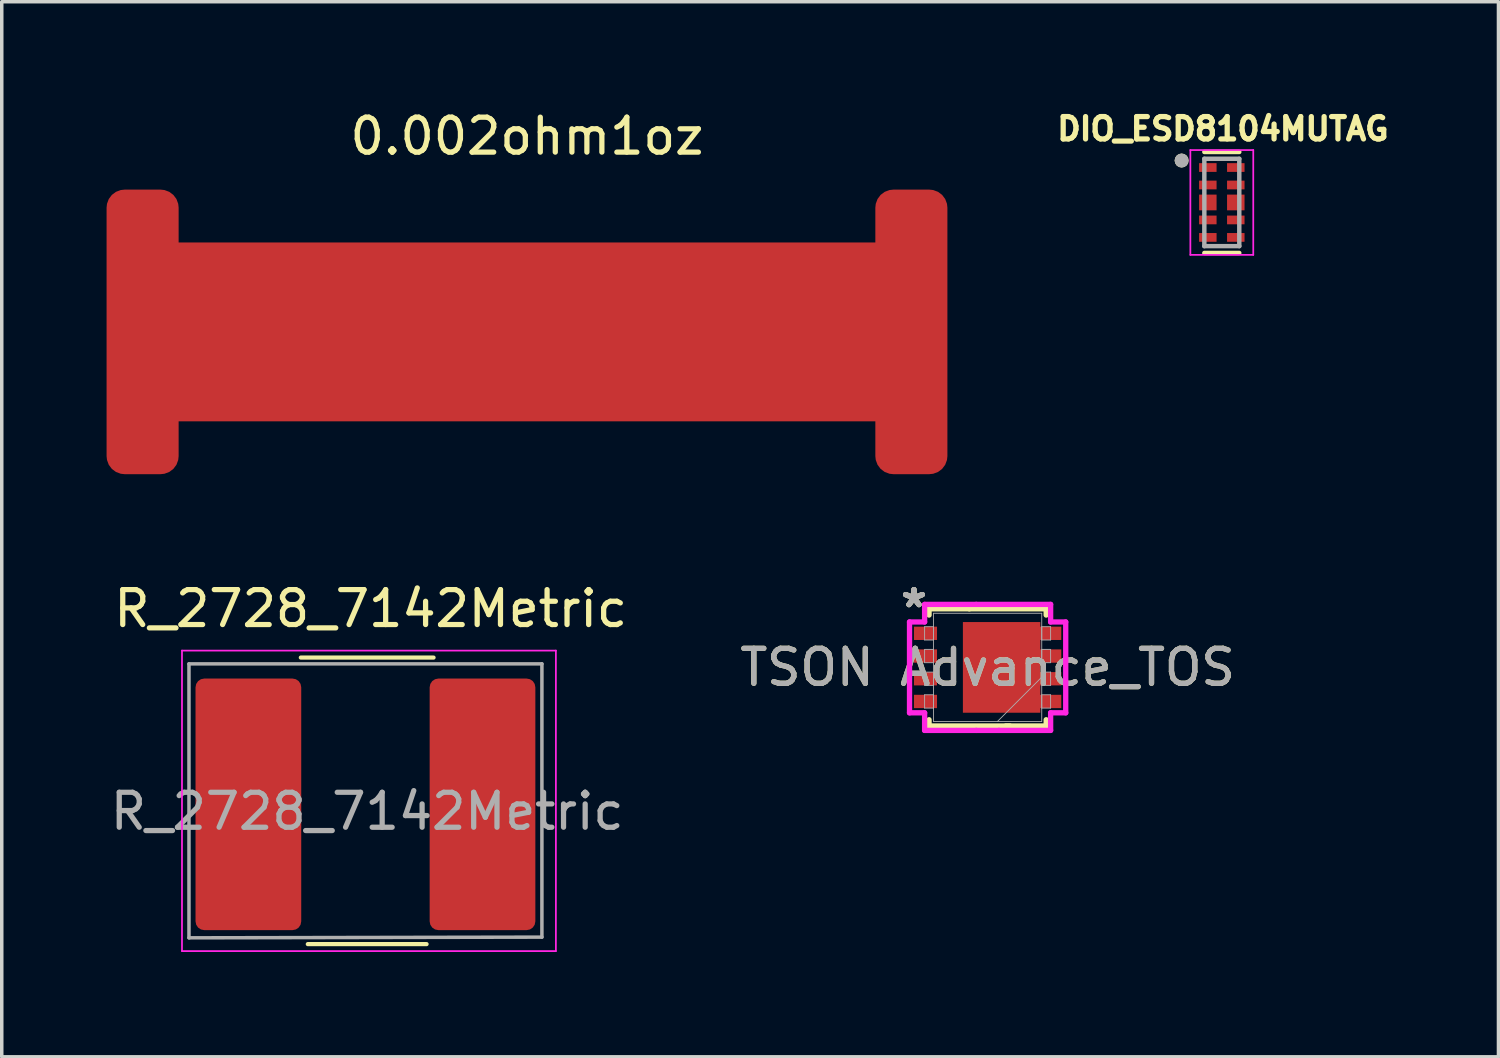
<source format=kicad_pcb>
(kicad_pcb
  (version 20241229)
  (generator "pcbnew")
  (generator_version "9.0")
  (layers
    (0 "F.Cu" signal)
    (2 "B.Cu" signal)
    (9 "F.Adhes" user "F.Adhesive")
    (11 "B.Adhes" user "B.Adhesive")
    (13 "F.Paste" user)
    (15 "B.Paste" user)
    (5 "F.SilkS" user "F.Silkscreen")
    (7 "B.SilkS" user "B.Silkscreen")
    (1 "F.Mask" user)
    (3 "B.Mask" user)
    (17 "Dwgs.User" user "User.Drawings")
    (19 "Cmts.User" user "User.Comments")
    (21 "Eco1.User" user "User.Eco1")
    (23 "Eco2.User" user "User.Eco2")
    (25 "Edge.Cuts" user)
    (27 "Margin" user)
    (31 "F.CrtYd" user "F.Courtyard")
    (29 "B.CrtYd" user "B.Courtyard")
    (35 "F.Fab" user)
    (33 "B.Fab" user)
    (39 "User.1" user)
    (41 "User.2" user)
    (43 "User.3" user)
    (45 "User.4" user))
  (footprint "0.002ohm1oz"
    (layer "F.Cu")
    (at 12.031 6.448)
    (property "Reference" "0.002ohm1oz" (at 0 -5.6 0) (unlocked yes) (layer "F.SilkS") (effects (font (size 1 1) (thickness 0.15))))
    (attr smd)
    (fp_rect (start -10 -2.5) (end 10 2.5) (stroke (width 0.12) (type solid)) (fill yes) (layer "F.Cu"))
    (pad "1" smd roundrect (at 11 0 90) (size 8.143 2.062) (layers "F.Cu" "F.Mask" "F.Paste") (roundrect_rratio 0.25))
    (pad "2" smd roundrect (at -11 0 90) (size 8.143 2.062) (layers "F.Cu" "F.Mask" "F.Paste") (roundrect_rratio 0.25)))
  (footprint "DIO_ESD8104MUTAG"
    (layer "F.Cu")
    (at 31.915 2.744)
    (property "Reference" "DIO_ESD8104MUTAG" (at 0.032 -2.106 0) (layer "F.SilkS") (effects (font (size 0.64 0.64) (thickness 0.15))))
    (attr smd)
    (fp_line (start -0.5 -1.445) (end 0.5 -1.445) (stroke (width 0.127) (type solid)) (layer "F.SilkS"))
    (fp_line (start -0.5 1.445) (end 0.5 1.445) (stroke (width 0.127) (type solid)) (layer "F.SilkS"))
    (fp_circle (center -1.15 -1.2) (end -1.05 -1.2) (stroke (width 0.2) (type solid)) (fill no) (layer "F.SilkS"))
    (fp_line (start -0.9 -1.5) (end 0.9 -1.5) (stroke (width 0.05) (type solid)) (layer "F.CrtYd"))
    (fp_line (start -0.9 1.5) (end -0.9 -1.5) (stroke (width 0.05) (type solid)) (layer "F.CrtYd"))
    (fp_line (start 0.9 -1.5) (end 0.9 1.5) (stroke (width 0.05) (type solid)) (layer "F.CrtYd"))
    (fp_line (start 0.9 1.5) (end -0.9 1.5) (stroke (width 0.05) (type solid)) (layer "F.CrtYd"))
    (fp_line (start -0.5 -1.25) (end 0.5 -1.25) (stroke (width 0.127) (type solid)) (layer "F.Fab"))
    (fp_line (start -0.5 1.25) (end -0.5 -1.25) (stroke (width 0.127) (type solid)) (layer "F.Fab"))
    (fp_line (start 0.5 -1.25) (end 0.5 1.25) (stroke (width 0.127) (type solid)) (layer "F.Fab"))
    (fp_line (start 0.5 1.25) (end -0.5 1.25) (stroke (width 0.127) (type solid)) (layer "F.Fab"))
    (fp_circle (center -1.15 -1.2) (end -1.05 -1.2) (stroke (width 0.2) (type solid)) (fill no) (layer "F.Fab"))
    (pad "1" smd rect (at -0.4 -1) (size 0.5 0.25) (layers "F.Cu" "F.Mask" "F.Paste"))
    (pad "2" smd rect (at -0.4 -0.5) (size 0.5 0.25) (layers "F.Cu" "F.Mask" "F.Paste"))
    (pad "3" smd rect (at -0.4 0) (size 0.5 0.45) (layers "F.Cu" "F.Mask" "F.Paste"))
    (pad "4" smd rect (at -0.4 0.5) (size 0.5 0.25) (layers "F.Cu" "F.Mask" "F.Paste"))
    (pad "5" smd rect (at -0.4 1) (size 0.5 0.25) (layers "F.Cu" "F.Mask" "F.Paste"))
    (pad "6" smd rect (at 0.4 1) (size 0.5 0.25) (layers "F.Cu" "F.Mask" "F.Paste"))
    (pad "7" smd rect (at 0.4 0.5) (size 0.5 0.25) (layers "F.Cu" "F.Mask" "F.Paste"))
    (pad "8" smd rect (at 0.4 0) (size 0.5 0.45) (layers "F.Cu" "F.Mask" "F.Paste"))
    (pad "9" smd rect (at 0.4 -0.5) (size 0.5 0.25) (layers "F.Cu" "F.Mask" "F.Paste"))
    (pad "10" smd rect (at 0.4 -1) (size 0.5 0.25) (layers "F.Cu" "F.Mask" "F.Paste")))
  (footprint "R_2728_7142Metric"
    (layer "F.Cu")
    (at 7.458 20.168)
    (property "Reference" "R_2728_7142Metric" (at 0.1 -5.8 0) (layer "F.SilkS") (effects (font (size 1 1) (thickness 0.15))))
    (attr smd)
    (fp_line (start -1.899 -4.4) (end 1.899 -4.4) (stroke (width 0.12) (type solid)) (layer "F.SilkS"))
    (fp_line (start -1.699 3.8) (end 1.699 3.8) (stroke (width 0.12) (type solid)) (layer "F.SilkS"))
    (fp_line (start -5.3 -4.6) (end 5.4 -4.6) (stroke (width 0.05) (type solid)) (layer "F.CrtYd"))
    (fp_line (start -5.3 4) (end -5.3 -4.6) (stroke (width 0.05) (type solid)) (layer "F.CrtYd"))
    (fp_line (start 5.4 -4.6) (end 5.4 4) (stroke (width 0.05) (type solid)) (layer "F.CrtYd"))
    (fp_line (start 5.4 4) (end -5.3 4) (stroke (width 0.05) (type solid)) (layer "F.CrtYd"))
    (fp_line (start -5.1 -4.22) (end 5 -4.22) (stroke (width 0.1) (type solid)) (layer "F.Fab"))
    (fp_line (start -5.1 3.62) (end -5.1 -4.22) (stroke (width 0.1) (type solid)) (layer "F.Fab"))
    (fp_line (start 5 -4.22) (end 5 3.6) (stroke (width 0.1) (type solid)) (layer "F.Fab"))
    (fp_line (start 5 3.6) (end -5.1 3.62) (stroke (width 0.1) (type solid)) (layer "F.Fab"))
    (fp_text user "${REFERENCE}" (at 0 0 0) (layer "F.Fab") (effects (font (size 1 1) (thickness 0.15))))
    (pad "1" smd roundrect (at -3.4 -0.2) (size 3.025 7.2) (layers "F.Cu" "F.Mask" "F.Paste") (roundrect_rratio 0.083))
    (pad "2" smd roundrect (at 3.3 -0.2) (size 3.025 7.2) (layers "F.Cu" "F.Mask" "F.Paste") (roundrect_rratio 0.083)))
  (footprint "TSON Advance_TOS"
    (layer "F.Cu")
    (at 25.213 16.049)
    (property "Reference" "TSON Advance_TOS" (at 0 0 0) (unlocked yes) (layer "F.SilkS") (effects (font (size 1 1) (thickness 0.15))))
    (attr smd)
    (fp_poly (pts (xy 1.448 1.245) (xy -0.66 1.245) (xy -0.66 -1.245) (xy 1.448 -1.245)) (stroke (width 0) (type solid)) (fill yes) (layer "F.Mask"))
    (fp_line (start -1.676 -1.676) (end -1.676 -1.498) (stroke (width 0.152) (type solid)) (layer "F.SilkS"))
    (fp_line (start -1.676 1.498) (end -1.676 1.676) (stroke (width 0.152) (type solid)) (layer "F.SilkS"))
    (fp_line (start -1.676 1.676) (end 0.635 1.676) (stroke (width 0.152) (type solid)) (layer "F.SilkS"))
    (fp_line (start -0.523 -1.676) (end -1.676 -1.676) (stroke (width 0.152) (type solid)) (layer "F.SilkS"))
    (fp_line (start 0.523 1.676) (end 1.676 1.676) (stroke (width 0.152) (type solid)) (layer "F.SilkS"))
    (fp_line (start 1.676 -1.676) (end -0.523 -1.676) (stroke (width 0.152) (type solid)) (layer "F.SilkS"))
    (fp_line (start 1.676 -1.498) (end 1.676 -1.676) (stroke (width 0.152) (type solid)) (layer "F.SilkS"))
    (fp_line (start 1.676 1.676) (end 1.676 1.498) (stroke (width 0.152) (type solid)) (layer "F.SilkS"))
    (fp_line (start -2.235 -1.3) (end -1.803 -1.3) (stroke (width 0.152) (type solid)) (layer "F.CrtYd"))
    (fp_line (start -2.235 1.3) (end -2.235 -1.3) (stroke (width 0.152) (type solid)) (layer "F.CrtYd"))
    (fp_line (start -1.803 -1.803) (end -0.325 -1.803) (stroke (width 0.152) (type solid)) (layer "F.CrtYd"))
    (fp_line (start -1.803 -1.3) (end -1.803 -1.803) (stroke (width 0.152) (type solid)) (layer "F.CrtYd"))
    (fp_line (start -1.803 1.3) (end -2.235 1.3) (stroke (width 0.152) (type solid)) (layer "F.CrtYd"))
    (fp_line (start -1.803 1.803) (end -1.803 1.3) (stroke (width 0.152) (type solid)) (layer "F.CrtYd"))
    (fp_line (start -0.325 -1.803) (end 1.803 -1.803) (stroke (width 0.152) (type solid)) (layer "F.CrtYd"))
    (fp_line (start -0.325 1.803) (end -1.803 1.803) (stroke (width 0.152) (type solid)) (layer "F.CrtYd"))
    (fp_line (start 0.325 1.803) (end -0.325 1.803) (stroke (width 0.152) (type solid)) (layer "F.CrtYd"))
    (fp_line (start 1.803 -1.803) (end 1.803 -1.3) (stroke (width 0.152) (type solid)) (layer "F.CrtYd"))
    (fp_line (start 1.803 -1.3) (end 2.235 -1.3) (stroke (width 0.152) (type solid)) (layer "F.CrtYd"))
    (fp_line (start 1.803 1.3) (end 1.803 1.803) (stroke (width 0.152) (type solid)) (layer "F.CrtYd"))
    (fp_line (start 1.803 1.803) (end 0.325 1.803) (stroke (width 0.152) (type solid)) (layer "F.CrtYd"))
    (fp_line (start 2.235 -1.3) (end 2.235 1.3) (stroke (width 0.152) (type solid)) (layer "F.CrtYd"))
    (fp_line (start 2.235 1.3) (end 1.803 1.3) (stroke (width 0.152) (type solid)) (layer "F.CrtYd"))
    (fp_line (start -1.803 -1.165) (end -1.803 -0.784) (stroke (width 0.025) (type solid)) (layer "F.Fab"))
    (fp_line (start -1.803 -0.784) (end -1.549 -0.784) (stroke (width 0.025) (type solid)) (layer "F.Fab"))
    (fp_line (start -1.803 -0.515) (end -1.803 -0.135) (stroke (width 0.025) (type solid)) (layer "F.Fab"))
    (fp_line (start -1.803 -0.135) (end -1.549 -0.135) (stroke (width 0.025) (type solid)) (layer "F.Fab"))
    (fp_line (start -1.803 0.135) (end -1.803 0.515) (stroke (width 0.025) (type solid)) (layer "F.Fab"))
    (fp_line (start -1.803 0.515) (end -1.549 0.515) (stroke (width 0.025) (type solid)) (layer "F.Fab"))
    (fp_line (start -1.803 0.784) (end -1.803 1.165) (stroke (width 0.025) (type solid)) (layer "F.Fab"))
    (fp_line (start -1.803 1.165) (end -1.549 1.165) (stroke (width 0.025) (type solid)) (layer "F.Fab"))
    (fp_line (start -1.549 -1.549) (end -1.549 1.549) (stroke (width 0.025) (type solid)) (layer "F.Fab"))
    (fp_line (start -1.549 -1.165) (end -1.803 -1.165) (stroke (width 0.025) (type solid)) (layer "F.Fab"))
    (fp_line (start -1.549 -0.784) (end -1.549 -1.165) (stroke (width 0.025) (type solid)) (layer "F.Fab"))
    (fp_line (start -1.549 -0.515) (end -1.803 -0.515) (stroke (width 0.025) (type solid)) (layer "F.Fab"))
    (fp_line (start -1.549 -0.135) (end -1.549 -0.515) (stroke (width 0.025) (type solid)) (layer "F.Fab"))
    (fp_line (start -1.549 0.135) (end -1.803 0.135) (stroke (width 0.025) (type solid)) (layer "F.Fab"))
    (fp_line (start -1.549 0.515) (end -1.549 0.135) (stroke (width 0.025) (type solid)) (layer "F.Fab"))
    (fp_line (start -1.549 0.784) (end -1.803 0.784) (stroke (width 0.025) (type solid)) (layer "F.Fab"))
    (fp_line (start -1.549 1.165) (end -1.549 0.784) (stroke (width 0.025) (type solid)) (layer "F.Fab"))
    (fp_line (start -1.549 1.549) (end 1.549 1.549) (stroke (width 0.025) (type solid)) (layer "F.Fab"))
    (fp_line (start 1.549 -1.549) (end -1.549 -1.549) (stroke (width 0.025) (type solid)) (layer "F.Fab"))
    (fp_line (start 1.549 -1.165) (end 1.549 -0.784) (stroke (width 0.025) (type solid)) (layer "F.Fab"))
    (fp_line (start 1.549 -0.784) (end 1.803 -0.784) (stroke (width 0.025) (type solid)) (layer "F.Fab"))
    (fp_line (start 1.549 -0.515) (end 1.549 -0.135) (stroke (width 0.025) (type solid)) (layer "F.Fab"))
    (fp_line (start 1.549 -0.135) (end 1.803 -0.135) (stroke (width 0.025) (type solid)) (layer "F.Fab"))
    (fp_line (start 1.549 0.135) (end 1.549 0.515) (stroke (width 0.025) (type solid)) (layer "F.Fab"))
    (fp_line (start 1.549 0.279) (end 0.279 1.549) (stroke (width 0.025) (type solid)) (layer "F.Fab"))
    (fp_line (start 1.549 0.515) (end 1.803 0.515) (stroke (width 0.025) (type solid)) (layer "F.Fab"))
    (fp_line (start 1.549 0.784) (end 1.549 1.165) (stroke (width 0.025) (type solid)) (layer "F.Fab"))
    (fp_line (start 1.549 1.165) (end 1.803 1.165) (stroke (width 0.025) (type solid)) (layer "F.Fab"))
    (fp_line (start 1.549 1.549) (end 1.549 -1.549) (stroke (width 0.025) (type solid)) (layer "F.Fab"))
    (fp_line (start 1.803 -1.165) (end 1.549 -1.165) (stroke (width 0.025) (type solid)) (layer "F.Fab"))
    (fp_line (start 1.803 -0.784) (end 1.803 -1.165) (stroke (width 0.025) (type solid)) (layer "F.Fab"))
    (fp_line (start 1.803 -0.515) (end 1.549 -0.515) (stroke (width 0.025) (type solid)) (layer "F.Fab"))
    (fp_line (start 1.803 -0.135) (end 1.803 -0.515) (stroke (width 0.025) (type solid)) (layer "F.Fab"))
    (fp_line (start 1.803 0.135) (end 1.549 0.135) (stroke (width 0.025) (type solid)) (layer "F.Fab"))
    (fp_line (start 1.803 0.515) (end 1.803 0.135) (stroke (width 0.025) (type solid)) (layer "F.Fab"))
    (fp_line (start 1.803 0.784) (end 1.549 0.784) (stroke (width 0.025) (type solid)) (layer "F.Fab"))
    (fp_line (start 1.803 1.165) (end 1.803 0.784) (stroke (width 0.025) (type solid)) (layer "F.Fab"))
    (fp_text user "*" (at -2.108 -1.681 0) (layer "F.SilkS") (effects (font (size 1 1) (thickness 0.15))))
    (fp_text user "*" (at -2.108 -1.681 0) (unlocked yes) (layer "F.SilkS") (effects (font (size 1 1) (thickness 0.15))))
    (fp_text user "${REFERENCE}" (at 0 0 0) (unlocked yes) (layer "F.Fab") (effects (font (size 1 1) (thickness 0.15))))
    (fp_text user "*" (at -2.108 -1.681 0) (layer "F.Fab") (effects (font (size 1 1) (thickness 0.15))))
    (fp_text user "*" (at -2.108 -1.681 0) (unlocked yes) (layer "F.Fab") (effects (font (size 1 1) (thickness 0.15))))
    (pad "1" smd rect (at -1.778 -0.975 90) (size 0.381 0.66) (layers "F.Cu" "F.Mask" "F.Paste"))
    (pad "1" smd rect (at -1.778 -0.325 90) (size 0.381 0.66) (layers "F.Cu" "F.Mask" "F.Paste"))
    (pad "1" smd rect (at -1.778 0.325 90) (size 0.381 0.66) (layers "F.Cu" "F.Mask" "F.Paste"))
    (pad "2" smd rect (at -1.778 0.975 90) (size 0.381 0.66) (layers "F.Cu" "F.Mask" "F.Paste"))
    (pad "3" smd rect (at 0.4 0 90) (size 2.595 2.215) (layers "F.Cu" "F.Mask" "F.Paste"))
    (pad "3" smd rect (at 1.778 -0.975 90) (size 0.381 0.66) (layers "F.Cu" "F.Mask" "F.Paste"))
    (pad "3" smd rect (at 1.778 -0.325 90) (size 0.381 0.66) (layers "F.Cu" "F.Mask" "F.Paste"))
    (pad "3" smd rect (at 1.778 0.325 90) (size 0.381 0.66) (layers "F.Cu" "F.Mask" "F.Paste"))
    (pad "3" smd rect (at 1.778 0.975 90) (size 0.381 0.66) (layers "F.Cu" "F.Mask" "F.Paste")))
  (gr_rect
    (start -3 -3)
    (end 39.832 27.193)
    (stroke (width 0.1) (type default))
    (fill no)
    (layer "Edge.Cuts")))
</source>
